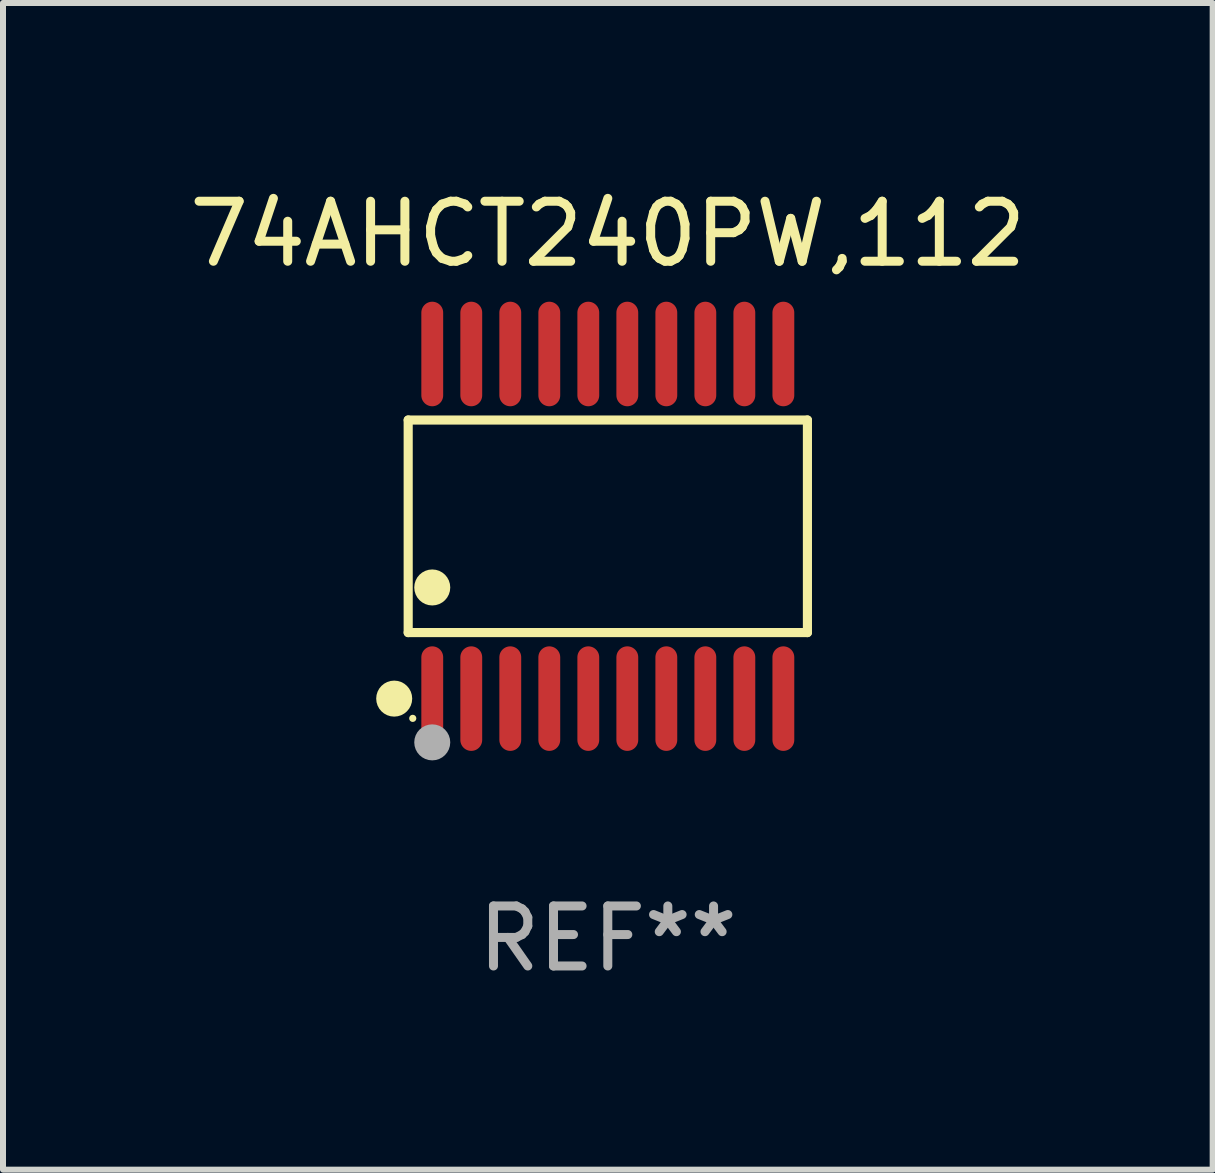
<source format=kicad_pcb>
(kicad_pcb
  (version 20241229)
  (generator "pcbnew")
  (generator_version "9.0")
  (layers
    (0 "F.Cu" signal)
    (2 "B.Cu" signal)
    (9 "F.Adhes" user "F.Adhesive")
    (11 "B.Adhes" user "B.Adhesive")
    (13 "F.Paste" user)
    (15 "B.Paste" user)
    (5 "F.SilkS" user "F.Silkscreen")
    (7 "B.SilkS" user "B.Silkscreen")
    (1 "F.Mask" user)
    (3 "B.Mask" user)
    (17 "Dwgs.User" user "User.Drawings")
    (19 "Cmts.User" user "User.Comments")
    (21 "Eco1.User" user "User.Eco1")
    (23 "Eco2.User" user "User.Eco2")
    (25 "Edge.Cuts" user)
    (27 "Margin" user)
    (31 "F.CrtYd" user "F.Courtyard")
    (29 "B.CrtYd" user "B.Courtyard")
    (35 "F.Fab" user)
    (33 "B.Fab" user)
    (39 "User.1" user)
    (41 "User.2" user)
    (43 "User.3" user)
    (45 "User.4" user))
  (footprint "74AHCT240PW,112"
    (layer "F.Cu")
    (at 7.077 5.719)
    (property "Reference" "74AHCT240PW,112" (at 0 -4.871 0) (layer "F.SilkS") (effects (font (size 1 1) (thickness 0.15))))
    (attr through_hole)
    (fp_line (start -3.326 -1.771) (end 3.326 -1.771) (stroke (width 0.152) (type solid)) (layer "F.SilkS"))
    (fp_line (start -3.326 1.771) (end -3.326 -1.771) (stroke (width 0.152) (type solid)) (layer "F.SilkS"))
    (fp_line (start 3.326 -1.771) (end 3.326 1.771) (stroke (width 0.152) (type solid)) (layer "F.SilkS"))
    (fp_line (start 3.326 1.771) (end -3.326 1.771) (stroke (width 0.152) (type solid)) (layer "F.SilkS"))
    (fp_circle (center -3.559 2.871) (end -3.409 2.871) (stroke (width 0.3) (type solid)) (fill no) (layer "F.SilkS"))
    (fp_circle (center -3.25 3.2) (end -3.22 3.2) (stroke (width 0.06) (type solid)) (fill no) (layer "F.SilkS"))
    (fp_circle (center -2.925 1.019) (end -2.775 1.019) (stroke (width 0.3) (type solid)) (fill no) (layer "F.SilkS"))
    (fp_circle (center -2.925 3.6) (end -2.775 3.6) (stroke (width 0.3) (type solid)) (fill no) (layer "F.Fab"))
    (fp_text user "REF**" (at 0 6.871 0) (layer "F.Fab") (effects (font (size 1 1) (thickness 0.15))))
    (pad "1" smd oval (at -2.925 2.871) (size 0.364 1.742) (layers "F.Cu" "F.Mask" "F.Paste"))
    (pad "2" smd oval (at -2.275 2.871) (size 0.364 1.742) (layers "F.Cu" "F.Mask" "F.Paste"))
    (pad "3" smd oval (at -1.625 2.871) (size 0.364 1.742) (layers "F.Cu" "F.Mask" "F.Paste"))
    (pad "4" smd oval (at -0.975 2.871) (size 0.364 1.742) (layers "F.Cu" "F.Mask" "F.Paste"))
    (pad "5" smd oval (at -0.325 2.871) (size 0.364 1.742) (layers "F.Cu" "F.Mask" "F.Paste"))
    (pad "6" smd oval (at 0.325 2.871) (size 0.364 1.742) (layers "F.Cu" "F.Mask" "F.Paste"))
    (pad "7" smd oval (at 0.975 2.871) (size 0.364 1.742) (layers "F.Cu" "F.Mask" "F.Paste"))
    (pad "8" smd oval (at 1.625 2.871) (size 0.364 1.742) (layers "F.Cu" "F.Mask" "F.Paste"))
    (pad "9" smd oval (at 2.275 2.871) (size 0.364 1.742) (layers "F.Cu" "F.Mask" "F.Paste"))
    (pad "10" smd oval (at 2.925 2.871) (size 0.364 1.742) (layers "F.Cu" "F.Mask" "F.Paste"))
    (pad "11" smd oval (at 2.925 -2.871) (size 0.364 1.742) (layers "F.Cu" "F.Mask" "F.Paste"))
    (pad "12" smd oval (at 2.275 -2.871) (size 0.364 1.742) (layers "F.Cu" "F.Mask" "F.Paste"))
    (pad "13" smd oval (at 1.625 -2.871) (size 0.364 1.742) (layers "F.Cu" "F.Mask" "F.Paste"))
    (pad "14" smd oval (at 0.975 -2.871) (size 0.364 1.742) (layers "F.Cu" "F.Mask" "F.Paste"))
    (pad "15" smd oval (at 0.325 -2.871) (size 0.364 1.742) (layers "F.Cu" "F.Mask" "F.Paste"))
    (pad "16" smd oval (at -0.325 -2.871) (size 0.364 1.742) (layers "F.Cu" "F.Mask" "F.Paste"))
    (pad "17" smd oval (at -0.975 -2.871) (size 0.364 1.742) (layers "F.Cu" "F.Mask" "F.Paste"))
    (pad "18" smd oval (at -1.625 -2.871) (size 0.364 1.742) (layers "F.Cu" "F.Mask" "F.Paste"))
    (pad "19" smd oval (at -2.275 -2.871) (size 0.364 1.742) (layers "F.Cu" "F.Mask" "F.Paste"))
    (pad "20" smd oval (at -2.925 -2.871) (size 0.364 1.742) (layers "F.Cu" "F.Mask" "F.Paste")))
  (gr_rect
    (start -3 -3)
    (end 17.155 16.438)
    (stroke (width 0.1) (type default))
    (fill no)
    (layer "Edge.Cuts")))
</source>
